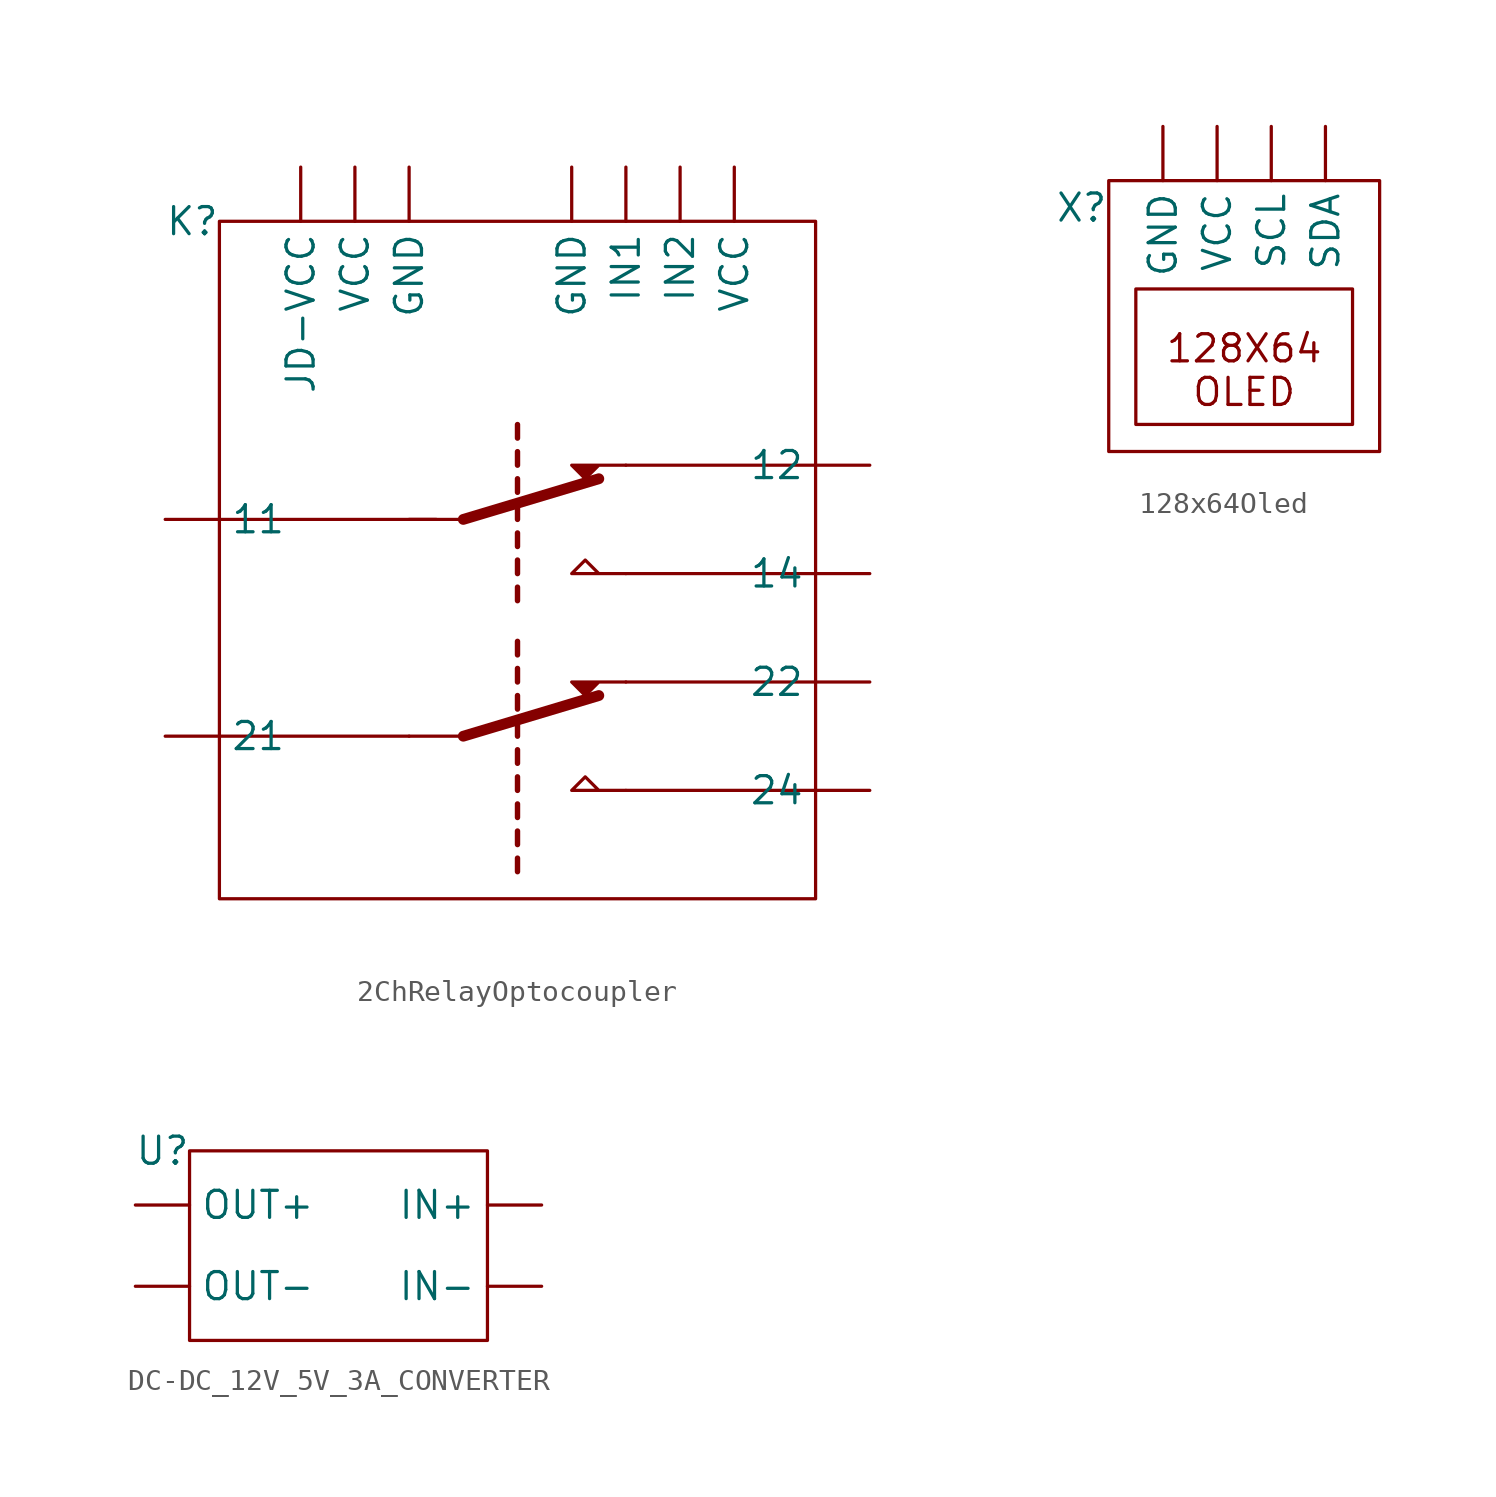
<source format=kicad_sym>
(kicad_symbol_lib
  (version 20220914)
  (generator kicad_symbol_editor)
  (symbol "2ChRelayOptocoupler"
    (property "Reference" "K"
      (at 0 0 0)
      (effects (font (size 1.27 1.27))))
    (property "Value" ""
      (at 0 0 0)
      (effects (font (size 1.27 1.27))))
    (symbol "2ChRelayOptocoupler_0_1"
      (polyline (pts (xy 1.27 -24.13) (xy 10.16 -24.13)) (stroke (width 0) (type default)) (fill (type none)))
      (polyline (pts (xy 1.27 -13.97) (xy 11.43 -13.97)) (stroke (width 0) (type default)) (fill (type none)))
      (polyline (pts (xy 12.7 -24.13) (xy 10.16 -24.13)) (stroke (width 0) (type default)) (fill (type none)))
      (polyline (pts (xy 12.7 -24.13) (xy 19.05 -22.225)) (stroke (width 0.508) (type default)) (fill (type none)))
      (polyline (pts (xy 12.7 -13.97) (xy 10.16 -13.97)) (stroke (width 0) (type default)) (fill (type none)))
      (polyline (pts (xy 12.7 -13.97) (xy 19.05 -12.065)) (stroke (width 0.508) (type default)) (fill (type none)))
      (polyline (pts (xy 15.24 -29.845) (xy 15.24 -30.48)) (stroke (width 0.254) (type default)) (fill (type none)))
      (polyline (pts (xy 15.24 -28.575) (xy 15.24 -29.21)) (stroke (width 0.254) (type default)) (fill (type none)))
      (polyline (pts (xy 15.24 -27.305) (xy 15.24 -27.94)) (stroke (width 0.254) (type default)) (fill (type none)))
      (polyline (pts (xy 15.24 -26.035) (xy 15.24 -26.67)) (stroke (width 0.254) (type default)) (fill (type none)))
      (polyline (pts (xy 15.24 -24.765) (xy 15.24 -25.4)) (stroke (width 0.254) (type default)) (fill (type none)))
      (polyline (pts (xy 15.24 -23.495) (xy 15.24 -24.13)) (stroke (width 0.254) (type default)) (fill (type none)))
      (polyline (pts (xy 15.24 -22.225) (xy 15.24 -22.86)) (stroke (width 0.254) (type default)) (fill (type none)))
      (polyline (pts (xy 15.24 -20.955) (xy 15.24 -21.59)) (stroke (width 0.254) (type default)) (fill (type none)))
      (polyline (pts (xy 15.24 -19.685) (xy 15.24 -20.32)) (stroke (width 0.254) (type default)) (fill (type none)))
      (polyline (pts (xy 15.24 -17.145) (xy 15.24 -17.78)) (stroke (width 0.254) (type default)) (fill (type none)))
      (polyline (pts (xy 15.24 -15.875) (xy 15.24 -16.51)) (stroke (width 0.254) (type default)) (fill (type none)))
      (polyline (pts (xy 15.24 -14.605) (xy 15.24 -15.24)) (stroke (width 0.254) (type default)) (fill (type none)))
      (polyline (pts (xy 15.24 -13.335) (xy 15.24 -13.97)) (stroke (width 0.254) (type default)) (fill (type none)))
      (polyline (pts (xy 15.24 -12.065) (xy 15.24 -12.7)) (stroke (width 0.254) (type default)) (fill (type none)))
      (polyline (pts (xy 15.24 -10.795) (xy 15.24 -11.43)) (stroke (width 0.254) (type default)) (fill (type none)))
      (polyline (pts (xy 15.24 -9.525) (xy 15.24 -10.16)) (stroke (width 0.254) (type default)) (fill (type none)))
      (polyline (pts (xy 20.32 -26.67) (xy 29.21 -26.67)) (stroke (width 0) (type default)) (fill (type none)))
      (polyline (pts (xy 20.32 -21.59) (xy 29.21 -21.59)) (stroke (width 0) (type default)) (fill (type none)))
      (polyline (pts (xy 20.32 -16.51) (xy 29.21 -16.51)) (stroke (width 0) (type default)) (fill (type none)))
      (polyline (pts (xy 20.32 -11.43) (xy 29.21 -11.43)) (stroke (width 0) (type default)) (fill (type none)))
      (polyline (pts (xy 20.32 -26.67) (xy 17.78 -26.67) (xy 18.415 -26.035) (xy 19.05 -26.67)) (stroke (width 0) (type default)) (fill (type none)))
      (polyline (pts (xy 20.32 -21.59) (xy 17.78 -21.59) (xy 18.415 -22.225) (xy 19.05 -21.59)) (stroke (width 0) (type default)) (fill (type outline)))
      (polyline (pts (xy 20.32 -16.51) (xy 17.78 -16.51) (xy 18.415 -15.875) (xy 19.05 -16.51)) (stroke (width 0) (type default)) (fill (type none)))
      (polyline (pts (xy 20.32 -11.43) (xy 17.78 -11.43) (xy 18.415 -12.065) (xy 19.05 -11.43)) (stroke (width 0) (type default)) (fill (type outline)))
      (rectangle (start 1.27 0) (end 29.21 -31.75) (stroke (width 0) (type default)) (fill (type none))))
    (symbol "2ChRelayOptocoupler_1_1"
      (pin input line (at -1.27 -13.97 0) (length 2.54) (name "11" (effects (font (size 1.27 1.27)))) (number "" (effects (font (size 1.27 1.27)))))
      (pin input line (at 31.75 -11.43 180) (length 2.54) (name "12" (effects (font (size 1.27 1.27)))) (number "" (effects (font (size 1.27 1.27)))))
      (pin input line (at 31.75 -16.51 180) (length 2.54) (name "14" (effects (font (size 1.27 1.27)))) (number "" (effects (font (size 1.27 1.27)))))
      (pin input line (at -1.27 -24.13 0) (length 2.54) (name "21" (effects (font (size 1.27 1.27)))) (number "" (effects (font (size 1.27 1.27)))))
      (pin input line (at 31.75 -21.59 180) (length 2.54) (name "22" (effects (font (size 1.27 1.27)))) (number "" (effects (font (size 1.27 1.27)))))
      (pin input line (at 31.75 -26.67 180) (length 2.54) (name "24" (effects (font (size 1.27 1.27)))) (number "" (effects (font (size 1.27 1.27)))))
      (pin input line (at 10.16 2.54 270) (length 2.54) (name "GND" (effects (font (size 1.27 1.27)))) (number "" (effects (font (size 1.27 1.27)))))
      (pin input line (at 17.78 2.54 270) (length 2.54) (name "GND" (effects (font (size 1.27 1.27)))) (number "" (effects (font (size 1.27 1.27)))))
      (pin input line (at 20.32 2.54 270) (length 2.54) (name "IN1" (effects (font (size 1.27 1.27)))) (number "" (effects (font (size 1.27 1.27)))))
      (pin input line (at 22.86 2.54 270) (length 2.54) (name "IN2" (effects (font (size 1.27 1.27)))) (number "" (effects (font (size 1.27 1.27)))))
      (pin input line (at 5.08 2.54 270) (length 2.54) (name "JD-VCC" (effects (font (size 1.27 1.27)))) (number "" (effects (font (size 1.27 1.27)))))
      (pin input line (at 7.62 2.54 270) (length 2.54) (name "VCC" (effects (font (size 1.27 1.27)))) (number "" (effects (font (size 1.27 1.27)))))
      (pin input line (at 25.4 2.54 270) (length 2.54) (name "VCC" (effects (font (size 1.27 1.27)))) (number "" (effects (font (size 1.27 1.27)))))))
  (symbol "128x64Oled"
    (property "Reference" "X"
      (at -2.54 2.54 0)
      (effects (font (size 1.27 1.27))))
    (property "Value" ""
      (at 0 0 0)
      (effects (font (size 1.27 1.27))))
    (symbol "128x64Oled_0_1"
      (rectangle (start -1.27 3.81) (end 11.43 -8.89) (stroke (width 0) (type default)) (fill (type none)))
      (rectangle (start 0 -1.27) (end 10.16 -7.62) (stroke (width 0) (type default)) (fill (type none))))
    (symbol "128x64Oled_1_1"
      (text "128X64\nOLED" (at 5.08 -5.08 0) (effects (font (size 1.27 1.27))))
      (pin input line (at 1.27 6.35 270) (length 2.54) (name "GND" (effects (font (size 1.27 1.27)))) (number "" (effects (font (size 1.27 1.27)))))
      (pin input line (at 6.35 6.35 270) (length 2.54) (name "SCL" (effects (font (size 1.27 1.27)))) (number "" (effects (font (size 1.27 1.27)))))
      (pin input line (at 8.89 6.35 270) (length 2.54) (name "SDA" (effects (font (size 1.27 1.27)))) (number "" (effects (font (size 1.27 1.27)))))
      (pin input line (at 3.81 6.35 270) (length 2.54) (name "VCC" (effects (font (size 1.27 1.27)))) (number "" (effects (font (size 1.27 1.27)))))))
  (symbol "DC-DC_12V_5V_3A_CONVERTER"
    (property "Reference" "U"
      (at 0 0 0)
      (effects (font (size 1.27 1.27))))
    (property "Value" ""
      (at 0 0 0)
      (effects (font (size 1.27 1.27))))
    (symbol "DC-DC_12V_5V_3A_CONVERTER_0_1"
      (rectangle (start 1.27 0) (end 15.24 -8.89) (stroke (width 0) (type default)) (fill (type none))))
    (symbol "DC-DC_12V_5V_3A_CONVERTER_1_1"
      (pin input line (at 17.78 -2.54 180) (length 2.54) (name "IN+" (effects (font (size 1.27 1.27)))) (number "" (effects (font (size 1.27 1.27)))))
      (pin input line (at 17.78 -6.35 180) (length 2.54) (name "IN-" (effects (font (size 1.27 1.27)))) (number "" (effects (font (size 1.27 1.27)))))
      (pin input line (at -1.27 -2.54 0) (length 2.54) (name "OUT+" (effects (font (size 1.27 1.27)))) (number "" (effects (font (size 1.27 1.27)))))
      (pin input line (at -1.27 -6.35 0) (length 2.54) (name "OUT-" (effects (font (size 1.27 1.27)))) (number "" (effects (font (size 1.27 1.27))))))))
</source>
